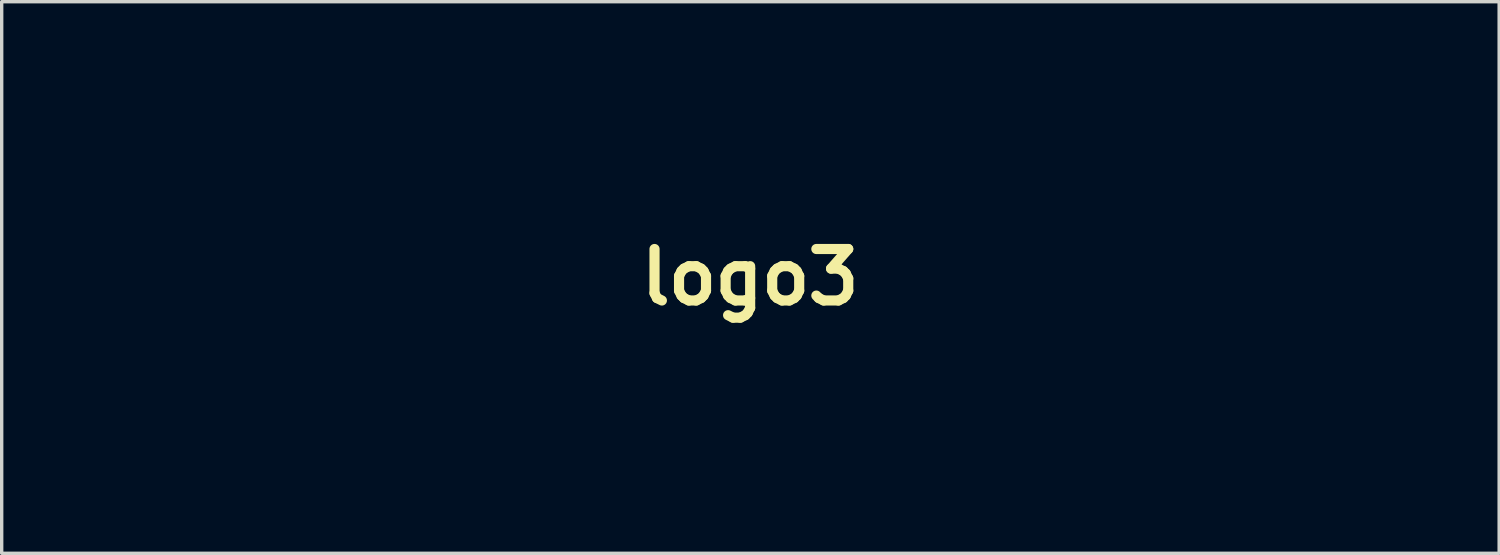
<source format=kicad_pcb>
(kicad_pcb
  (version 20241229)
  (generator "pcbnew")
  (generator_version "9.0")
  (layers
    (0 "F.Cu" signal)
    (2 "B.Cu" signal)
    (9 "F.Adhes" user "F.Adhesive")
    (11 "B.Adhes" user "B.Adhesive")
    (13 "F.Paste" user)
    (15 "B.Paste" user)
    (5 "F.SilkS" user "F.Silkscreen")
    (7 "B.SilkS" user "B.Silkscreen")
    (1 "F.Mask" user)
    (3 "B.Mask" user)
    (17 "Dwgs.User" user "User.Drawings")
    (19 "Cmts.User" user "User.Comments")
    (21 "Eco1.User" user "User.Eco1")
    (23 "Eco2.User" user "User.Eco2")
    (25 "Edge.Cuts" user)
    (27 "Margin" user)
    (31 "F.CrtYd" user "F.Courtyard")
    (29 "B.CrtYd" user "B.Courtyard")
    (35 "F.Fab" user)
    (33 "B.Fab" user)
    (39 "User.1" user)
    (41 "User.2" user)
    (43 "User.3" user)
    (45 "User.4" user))
  (footprint "logo3"
    (layer "F.Cu")
    (at 19.154 5.155)
    (property "Reference" "logo3" (at 0 0 0) (layer "F.SilkS") (effects (font (size 1.524 1.524) (thickness 0.3))))
    (attr through_hole)
    (fp_poly (pts (xy -13.628 -3.67) (xy -13.549 -3.646) (xy -13.471 -3.61) (xy -13.392 -3.553) (xy -13.328 -3.478) (xy -13.278 -3.388) (xy -13.244 -3.287) (xy -13.227 -3.177) (xy -13.229 -3.063) (xy -13.249 -2.948) (xy -13.254 -2.933) (xy -13.264 -2.905) (xy -13.283 -2.857) (xy -13.312 -2.79) (xy -13.348 -2.705) (xy -13.392 -2.605) (xy -13.442 -2.491) (xy -13.497 -2.366) (xy -13.557 -2.231) (xy -13.62 -2.089) (xy -13.687 -1.94) (xy -13.755 -1.789) (xy -13.825 -1.635) (xy -13.848 -1.584) (xy -13.909 -1.451) (xy -13.979 -1.299) (xy -14.058 -1.129) (xy -14.146 -0.939) (xy -14.244 -0.729) (xy -14.351 -0.499) (xy -14.469 -0.247) (xy -14.597 0.025) (xy -14.735 0.319) (xy -14.883 0.636) (xy -15.009 0.902) (xy -15.147 1.196) (xy -15.276 1.468) (xy -15.394 1.719) (xy -15.503 1.95) (xy -15.603 2.162) (xy -15.694 2.355) (xy -15.777 2.53) (xy -15.853 2.689) (xy -15.921 2.832) (xy -15.983 2.96) (xy -16.038 3.075) (xy -16.087 3.176) (xy -16.131 3.266) (xy -16.17 3.344) (xy -16.205 3.412) (xy -16.235 3.47) (xy -16.262 3.52) (xy -16.286 3.563) (xy -16.307 3.599) (xy -16.325 3.629) (xy -16.342 3.655) (xy -16.358 3.676) (xy -16.372 3.695) (xy -16.386 3.711) (xy -16.4 3.726) (xy -16.415 3.741) (xy -16.416 3.742) (xy -16.496 3.81) (xy -16.583 3.857) (xy -16.68 3.886) (xy -16.79 3.896) (xy -16.917 3.888) (xy -16.929 3.886) (xy -17.057 3.859) (xy -17.17 3.814) (xy -17.265 3.752) (xy -17.342 3.672) (xy -17.4 3.577) (xy -17.413 3.545) (xy -17.437 3.454) (xy -17.444 3.349) (xy -17.433 3.239) (xy -17.406 3.127) (xy -17.402 3.117) (xy -17.393 3.091) (xy -17.383 3.063) (xy -17.371 3.031) (xy -17.356 2.995) (xy -17.339 2.954) (xy -17.32 2.908) (xy -17.298 2.856) (xy -17.272 2.797) (xy -17.243 2.731) (xy -17.21 2.657) (xy -17.173 2.575) (xy -17.132 2.484) (xy -17.086 2.383) (xy -17.035 2.272) (xy -16.979 2.15) (xy -16.917 2.016) (xy -16.85 1.871) (xy -16.777 1.712) (xy -16.697 1.541) (xy -16.61 1.355) (xy -16.517 1.155) (xy -16.416 0.939) (xy -16.308 0.708) (xy -16.192 0.46) (xy -16.068 0.196) (xy -15.936 -0.087) (xy -15.795 -0.387) (xy -15.645 -0.707) (xy -15.486 -1.046) (xy -15.318 -1.405) (xy -15.14 -1.785) (xy -14.951 -2.186) (xy -14.753 -2.609) (xy -14.613 -2.905) (xy -14.548 -3.042) (xy -14.491 -3.158) (xy -14.44 -3.254) (xy -14.393 -3.334) (xy -14.35 -3.4) (xy -14.308 -3.454) (xy -14.267 -3.498) (xy -14.224 -3.535) (xy -14.187 -3.561) (xy -14.102 -3.612) (xy -14.021 -3.647) (xy -13.936 -3.668) (xy -13.839 -3.679) (xy -13.817 -3.68) (xy -13.715 -3.68) (xy -13.628 -3.67)) (stroke (width 0.01) (type solid)) (fill yes) (layer "F.Mask"))
    (fp_poly (pts (xy -13.775 -5.15) (xy -13.654 -5.15) (xy -13.553 -5.149) (xy -13.469 -5.148) (xy -13.4 -5.147) (xy -13.343 -5.145) (xy -13.296 -5.143) (xy -13.255 -5.139) (xy -13.218 -5.135) (xy -13.182 -5.13) (xy -13.145 -5.124) (xy -13.127 -5.121) (xy -12.827 -5.058) (xy -12.542 -4.977) (xy -12.271 -4.878) (xy -12.016 -4.762) (xy -11.778 -4.629) (xy -11.558 -4.481) (xy -11.357 -4.316) (xy -11.175 -4.137) (xy -11.118 -4.073) (xy -10.962 -3.875) (xy -10.824 -3.662) (xy -10.704 -3.441) (xy -10.606 -3.212) (xy -10.53 -2.98) (xy -10.49 -2.812) (xy -10.474 -2.712) (xy -10.462 -2.595) (xy -10.455 -2.467) (xy -10.453 -2.336) (xy -10.455 -2.21) (xy -10.463 -2.096) (xy -10.47 -2.032) (xy -10.518 -1.784) (xy -10.589 -1.534) (xy -10.682 -1.286) (xy -10.795 -1.044) (xy -10.926 -0.811) (xy -11.075 -0.591) (xy -11.205 -0.425) (xy -11.285 -0.336) (xy -11.379 -0.236) (xy -11.483 -0.134) (xy -11.589 -0.034) (xy -11.692 0.059) (xy -11.779 0.131) (xy -11.874 0.204) (xy -11.986 0.285) (xy -12.107 0.369) (xy -12.232 0.452) (xy -12.354 0.529) (xy -12.433 0.578) (xy -12.526 0.634) (xy -12.597 0.681) (xy -12.65 0.723) (xy -12.687 0.761) (xy -12.709 0.797) (xy -12.718 0.835) (xy -12.718 0.877) (xy -12.712 0.912) (xy -12.706 0.933) (xy -12.694 0.977) (xy -12.674 1.041) (xy -12.649 1.126) (xy -12.617 1.229) (xy -12.581 1.348) (xy -12.539 1.484) (xy -12.493 1.633) (xy -12.443 1.794) (xy -12.39 1.967) (xy -12.333 2.148) (xy -12.274 2.338) (xy -12.213 2.535) (xy -12.184 2.629) (xy -12.121 2.828) (xy -12.061 3.022) (xy -12.003 3.209) (xy -11.947 3.388) (xy -11.895 3.556) (xy -11.846 3.713) (xy -11.802 3.857) (xy -11.762 3.986) (xy -11.727 4.099) (xy -11.697 4.195) (xy -11.674 4.271) (xy -11.657 4.327) (xy -11.647 4.361) (xy -11.645 4.369) (xy -11.616 4.509) (xy -11.609 4.64) (xy -11.623 4.76) (xy -11.657 4.867) (xy -11.711 4.962) (xy -11.786 5.042) (xy -11.879 5.106) (xy -11.91 5.122) (xy -11.95 5.14) (xy -11.984 5.152) (xy -12.02 5.159) (xy -12.066 5.163) (xy -12.128 5.166) (xy -12.141 5.166) (xy -12.21 5.167) (xy -12.261 5.165) (xy -12.302 5.16) (xy -12.341 5.15) (xy -12.371 5.14) (xy -12.445 5.109) (xy -12.511 5.069) (xy -12.571 5.016) (xy -12.629 4.949) (xy -12.686 4.864) (xy -12.744 4.76) (xy -12.79 4.668) (xy -12.813 4.619) (xy -12.837 4.561) (xy -12.863 4.491) (xy -12.893 4.409) (xy -12.926 4.31) (xy -12.965 4.192) (xy -13.01 4.054) (xy -13.037 3.969) (xy -13.105 3.755) (xy -13.173 3.537) (xy -13.243 3.315) (xy -13.313 3.093) (xy -13.383 2.87) (xy -13.452 2.649) (xy -13.52 2.432) (xy -13.586 2.219) (xy -13.65 2.013) (xy -13.711 1.814) (xy -13.77 1.626) (xy -13.824 1.448) (xy -13.875 1.283) (xy -13.921 1.133) (xy -13.962 0.998) (xy -13.997 0.881) (xy -14.026 0.782) (xy -14.049 0.704) (xy -14.065 0.649) (xy -14.068 0.635) (xy -14.085 0.565) (xy -14.095 0.499) (xy -14.1 0.426) (xy -14.102 0.362) (xy -14.102 0.296) (xy -14.101 0.25) (xy -14.097 0.215) (xy -14.089 0.185) (xy -14.076 0.154) (xy -14.062 0.125) (xy -14.034 0.073) (xy -14 0.026) (xy -13.959 -0.018) (xy -13.908 -0.062) (xy -13.845 -0.107) (xy -13.767 -0.155) (xy -13.673 -0.207) (xy -13.558 -0.266) (xy -13.456 -0.316) (xy -13.237 -0.428) (xy -13.038 -0.54) (xy -12.858 -0.656) (xy -12.691 -0.777) (xy -12.534 -0.907) (xy -12.416 -1.016) (xy -12.266 -1.172) (xy -12.138 -1.325) (xy -12.032 -1.481) (xy -11.945 -1.64) (xy -11.915 -1.704) (xy -11.841 -1.901) (xy -11.791 -2.097) (xy -11.765 -2.29) (xy -11.764 -2.48) (xy -11.787 -2.665) (xy -11.834 -2.845) (xy -11.905 -3.018) (xy -12 -3.184) (xy -12.017 -3.209) (xy -12.07 -3.278) (xy -12.14 -3.355) (xy -12.219 -3.433) (xy -12.302 -3.509) (xy -12.384 -3.574) (xy -12.435 -3.611) (xy -12.61 -3.713) (xy -12.805 -3.803) (xy -13.015 -3.879) (xy -13.239 -3.94) (xy -13.473 -3.986) (xy -13.714 -4.017) (xy -13.96 -4.031) (xy -14.207 -4.029) (xy -14.453 -4.01) (xy -14.534 -4) (xy -14.842 -3.945) (xy -15.146 -3.867) (xy -15.444 -3.766) (xy -15.734 -3.644) (xy -16.014 -3.502) (xy -16.283 -3.34) (xy -16.538 -3.161) (xy -16.779 -2.964) (xy -17.002 -2.751) (xy -17.208 -2.524) (xy -17.363 -2.324) (xy -17.484 -2.145) (xy -17.584 -1.971) (xy -17.667 -1.795) (xy -17.735 -1.612) (xy -17.79 -1.415) (xy -17.814 -1.311) (xy -17.827 -1.245) (xy -17.837 -1.186) (xy -17.843 -1.129) (xy -17.846 -1.066) (xy -17.848 -0.99) (xy -17.849 -0.927) (xy -17.848 -0.823) (xy -17.844 -0.738) (xy -17.836 -0.666) (xy -17.823 -0.601) (xy -17.804 -0.536) (xy -17.779 -0.464) (xy -17.771 -0.446) (xy -17.749 -0.392) (xy -17.726 -0.342) (xy -17.7 -0.295) (xy -17.67 -0.249) (xy -17.634 -0.201) (xy -17.59 -0.149) (xy -17.536 -0.09) (xy -17.47 -0.023) (xy -17.39 0.055) (xy -17.295 0.147) (xy -17.225 0.213) (xy -17.154 0.281) (xy -17.099 0.334) (xy -17.057 0.377) (xy -17.026 0.412) (xy -17.002 0.442) (xy -16.983 0.471) (xy -16.966 0.502) (xy -16.958 0.517) (xy -16.933 0.571) (xy -16.918 0.615) (xy -16.91 0.66) (xy -16.906 0.718) (xy -16.906 0.723) (xy -16.905 0.79) (xy -16.91 0.844) (xy -16.923 0.896) (xy -16.929 0.915) (xy -16.98 1.028) (xy -17.05 1.128) (xy -17.137 1.211) (xy -17.239 1.276) (xy -17.351 1.321) (xy -17.473 1.344) (xy -17.533 1.346) (xy -17.601 1.342) (xy -17.685 1.329) (xy -17.775 1.31) (xy -17.862 1.287) (xy -17.939 1.261) (xy -17.957 1.254) (xy -18.096 1.189) (xy -18.222 1.112) (xy -18.34 1.021) (xy -18.451 0.912) (xy -18.559 0.785) (xy -18.668 0.634) (xy -18.681 0.615) (xy -18.822 0.381) (xy -18.938 0.141) (xy -19.031 -0.105) (xy -19.098 -0.357) (xy -19.133 -0.555) (xy -19.142 -0.637) (xy -19.147 -0.738) (xy -19.149 -0.851) (xy -19.149 -0.971) (xy -19.146 -1.09) (xy -19.14 -1.203) (xy -19.132 -1.303) (xy -19.121 -1.384) (xy -19.121 -1.384) (xy -19.062 -1.654) (xy -18.981 -1.927) (xy -18.878 -2.199) (xy -18.754 -2.467) (xy -18.611 -2.728) (xy -18.497 -2.908) (xy -18.315 -3.161) (xy -18.113 -3.4) (xy -17.891 -3.628) (xy -17.648 -3.844) (xy -17.383 -4.048) (xy -17.096 -4.242) (xy -16.787 -4.426) (xy -16.509 -4.572) (xy -16.223 -4.708) (xy -15.945 -4.823) (xy -15.671 -4.919) (xy -15.395 -4.998) (xy -15.119 -5.061) (xy -15.022 -5.08) (xy -14.936 -5.096) (xy -14.856 -5.11) (xy -14.78 -5.121) (xy -14.704 -5.129) (xy -14.626 -5.136) (xy -14.542 -5.141) (xy -14.449 -5.145) (xy -14.343 -5.148) (xy -14.221 -5.149) (xy -14.081 -5.15) (xy -13.919 -5.15) (xy -13.775 -5.15)) (stroke (width 0.01) (type solid)) (fill yes) (layer "F.Mask"))
    (fp_poly (pts (xy 17.941 -2.611) (xy 18.055 -2.576) (xy 18.084 -2.563) (xy 18.179 -2.504) (xy 18.255 -2.43) (xy 18.311 -2.341) (xy 18.347 -2.239) (xy 18.361 -2.124) (xy 18.355 -2.001) (xy 18.345 -1.945) (xy 18.331 -1.883) (xy 18.311 -1.813) (xy 18.285 -1.731) (xy 18.251 -1.634) (xy 18.208 -1.521) (xy 18.157 -1.388) (xy 18.149 -1.368) (xy 18.119 -1.292) (xy 18.093 -1.223) (xy 18.071 -1.166) (xy 18.055 -1.123) (xy 18.047 -1.099) (xy 18.047 -1.095) (xy 18.058 -1.078) (xy 18.093 -1.064) (xy 18.15 -1.052) (xy 18.232 -1.042) (xy 18.339 -1.034) (xy 18.459 -1.028) (xy 18.57 -1.024) (xy 18.663 -1.018) (xy 18.736 -1.011) (xy 18.786 -1.004) (xy 18.802 -1) (xy 18.914 -0.958) (xy 19.006 -0.903) (xy 19.079 -0.836) (xy 19.126 -0.767) (xy 19.149 -0.704) (xy 19.161 -0.626) (xy 19.165 -0.542) (xy 19.159 -0.461) (xy 19.142 -0.39) (xy 19.139 -0.381) (xy 19.088 -0.284) (xy 19.019 -0.199) (xy 18.935 -0.129) (xy 18.84 -0.08) (xy 18.821 -0.073) (xy 18.774 -0.059) (xy 18.72 -0.048) (xy 18.654 -0.039) (xy 18.576 -0.032) (xy 18.483 -0.026) (xy 18.372 -0.023) (xy 18.241 -0.021) (xy 18.086 -0.02) (xy 18.085 -0.02) (xy 17.647 -0.019) (xy 17.577 0.014) (xy 17.531 0.038) (xy 17.491 0.066) (xy 17.454 0.101) (xy 17.418 0.144) (xy 17.382 0.199) (xy 17.344 0.269) (xy 17.302 0.356) (xy 17.254 0.462) (xy 17.221 0.54) (xy 17.183 0.627) (xy 17.136 0.735) (xy 17.082 0.861) (xy 17.02 1) (xy 16.953 1.151) (xy 16.883 1.31) (xy 16.809 1.474) (xy 16.735 1.641) (xy 16.66 1.808) (xy 16.624 1.886) (xy 16.569 2.01) (xy 16.523 2.114) (xy 16.487 2.2) (xy 16.458 2.272) (xy 16.437 2.33) (xy 16.422 2.38) (xy 16.413 2.422) (xy 16.408 2.459) (xy 16.406 2.495) (xy 16.406 2.495) (xy 16.416 2.577) (xy 16.445 2.647) (xy 16.492 2.7) (xy 16.554 2.736) (xy 16.605 2.749) (xy 16.628 2.751) (xy 16.652 2.75) (xy 16.679 2.746) (xy 16.71 2.737) (xy 16.747 2.724) (xy 16.792 2.704) (xy 16.845 2.678) (xy 16.909 2.644) (xy 16.984 2.602) (xy 17.072 2.551) (xy 17.175 2.491) (xy 17.294 2.42) (xy 17.431 2.338) (xy 17.587 2.244) (xy 17.723 2.161) (xy 17.86 2.078) (xy 17.978 2.007) (xy 18.078 1.947) (xy 18.163 1.898) (xy 18.234 1.858) (xy 18.294 1.826) (xy 18.344 1.8) (xy 18.387 1.781) (xy 18.425 1.766) (xy 18.46 1.755) (xy 18.493 1.747) (xy 18.504 1.745) (xy 18.62 1.732) (xy 18.729 1.744) (xy 18.829 1.778) (xy 18.918 1.835) (xy 18.995 1.913) (xy 19.057 2.012) (xy 19.059 2.017) (xy 19.084 2.069) (xy 19.099 2.112) (xy 19.107 2.157) (xy 19.111 2.213) (xy 19.112 2.224) (xy 19.11 2.325) (xy 19.094 2.415) (xy 19.062 2.499) (xy 19.014 2.58) (xy 18.946 2.659) (xy 18.858 2.74) (xy 18.756 2.82) (xy 18.565 2.955) (xy 18.358 3.089) (xy 18.141 3.219) (xy 17.92 3.342) (xy 17.699 3.455) (xy 17.486 3.555) (xy 17.323 3.623) (xy 17.079 3.714) (xy 16.848 3.788) (xy 16.631 3.845) (xy 16.429 3.885) (xy 16.242 3.907) (xy 16.071 3.913) (xy 15.918 3.901) (xy 15.9 3.898) (xy 15.771 3.87) (xy 15.653 3.829) (xy 15.542 3.772) (xy 15.432 3.696) (xy 15.321 3.6) (xy 15.285 3.566) (xy 15.218 3.501) (xy 15.164 3.454) (xy 15.121 3.422) (xy 15.084 3.402) (xy 15.051 3.393) (xy 15.017 3.393) (xy 15.004 3.395) (xy 14.983 3.402) (xy 14.943 3.419) (xy 14.885 3.445) (xy 14.813 3.479) (xy 14.729 3.518) (xy 14.638 3.563) (xy 14.54 3.611) (xy 14.538 3.612) (xy 14.409 3.675) (xy 14.3 3.728) (xy 14.207 3.771) (xy 14.127 3.805) (xy 14.057 3.832) (xy 13.993 3.853) (xy 13.933 3.869) (xy 13.873 3.881) (xy 13.811 3.89) (xy 13.742 3.898) (xy 13.732 3.899) (xy 13.633 3.904) (xy 13.52 3.903) (xy 13.402 3.898) (xy 13.287 3.888) (xy 13.186 3.873) (xy 13.157 3.868) (xy 13.01 3.825) (xy 12.875 3.76) (xy 12.753 3.673) (xy 12.646 3.567) (xy 12.554 3.442) (xy 12.497 3.337) (xy 12.455 3.242) (xy 12.425 3.155) (xy 12.405 3.067) (xy 12.395 2.971) (xy 12.391 2.859) (xy 12.391 2.845) (xy 12.391 2.768) (xy 12.394 2.708) (xy 12.398 2.658) (xy 12.407 2.61) (xy 12.419 2.555) (xy 12.431 2.512) (xy 12.451 2.438) (xy 12.474 2.364) (xy 12.499 2.288) (xy 12.527 2.208) (xy 12.559 2.123) (xy 12.595 2.031) (xy 12.637 1.931) (xy 12.685 1.821) (xy 12.74 1.699) (xy 12.802 1.564) (xy 12.872 1.414) (xy 12.951 1.248) (xy 13.039 1.064) (xy 13.137 0.861) (xy 13.239 0.651) (xy 13.296 0.533) (xy 13.342 0.436) (xy 13.378 0.356) (xy 13.404 0.291) (xy 13.423 0.24) (xy 13.433 0.198) (xy 13.437 0.164) (xy 13.435 0.136) (xy 13.427 0.11) (xy 13.418 0.091) (xy 13.385 0.046) (xy 13.34 0.016) (xy 13.293 0.005) (xy 13.276 0.006) (xy 13.246 0.015) (xy 13.197 0.033) (xy 13.135 0.058) (xy 13.064 0.088) (xy 12.989 0.122) (xy 12.915 0.156) (xy 12.846 0.189) (xy 12.787 0.219) (xy 12.779 0.224) (xy 12.639 0.305) (xy 12.503 0.397) (xy 12.378 0.493) (xy 12.295 0.567) (xy 12.202 0.66) (xy 12.119 0.758) (xy 12.043 0.864) (xy 11.972 0.982) (xy 11.904 1.115) (xy 11.836 1.267) (xy 11.798 1.359) (xy 11.755 1.464) (xy 11.705 1.584) (xy 11.648 1.714) (xy 11.585 1.855) (xy 11.519 2.002) (xy 11.449 2.155) (xy 11.376 2.311) (xy 11.302 2.468) (xy 11.228 2.625) (xy 11.154 2.778) (xy 11.082 2.926) (xy 11.013 3.066) (xy 10.947 3.198) (xy 10.886 3.317) (xy 10.83 3.424) (xy 10.781 3.514) (xy 10.74 3.587) (xy 10.707 3.64) (xy 10.692 3.662) (xy 10.607 3.758) (xy 10.518 3.828) (xy 10.422 3.874) (xy 10.32 3.896) (xy 10.212 3.893) (xy 10.099 3.867) (xy 10.053 3.851) (xy 10.005 3.83) (xy 9.951 3.803) (xy 9.888 3.767) (xy 9.811 3.72) (xy 9.73 3.67) (xy 9.68 3.643) (xy 9.632 3.628) (xy 9.581 3.627) (xy 9.523 3.639) (xy 9.451 3.665) (xy 9.398 3.688) (xy 9.281 3.737) (xy 9.157 3.783) (xy 9.033 3.824) (xy 8.919 3.855) (xy 8.858 3.869) (xy 8.79 3.88) (xy 8.705 3.887) (xy 8.611 3.892) (xy 8.512 3.894) (xy 8.414 3.892) (xy 8.324 3.888) (xy 8.246 3.882) (xy 8.187 3.872) (xy 8.179 3.87) (xy 8.054 3.827) (xy 7.949 3.768) (xy 7.861 3.693) (xy 7.788 3.599) (xy 7.746 3.525) (xy 7.722 3.478) (xy 7.702 3.442) (xy 7.688 3.42) (xy 7.685 3.416) (xy 7.672 3.422) (xy 7.64 3.438) (xy 7.594 3.463) (xy 7.536 3.494) (xy 7.48 3.525) (xy 7.338 3.603) (xy 7.214 3.669) (xy 7.106 3.724) (xy 7.012 3.769) (xy 6.928 3.805) (xy 6.852 3.834) (xy 6.781 3.855) (xy 6.711 3.871) (xy 6.641 3.882) (xy 6.566 3.889) (xy 6.486 3.893) (xy 6.445 3.895) (xy 6.252 3.894) (xy 6.078 3.877) (xy 5.921 3.845) (xy 5.778 3.797) (xy 5.648 3.73) (xy 5.527 3.645) (xy 5.414 3.541) (xy 5.343 3.461) (xy 5.277 3.389) (xy 5.216 3.34) (xy 5.157 3.312) (xy 5.098 3.304) (xy 5.035 3.315) (xy 5.022 3.319) (xy 4.99 3.333) (xy 4.942 3.357) (xy 4.883 3.389) (xy 4.82 3.425) (xy 4.796 3.44) (xy 4.583 3.561) (xy 4.383 3.663) (xy 4.193 3.746) (xy 4.013 3.81) (xy 3.839 3.856) (xy 3.669 3.885) (xy 3.503 3.897) (xy 3.372 3.895) (xy 3.196 3.878) (xy 3.037 3.843) (xy 2.895 3.792) (xy 2.767 3.722) (xy 2.652 3.633) (xy 2.594 3.576) (xy 2.496 3.455) (xy 2.419 3.321) (xy 2.364 3.174) (xy 2.33 3.016) (xy 2.317 2.847) (xy 2.325 2.669) (xy 2.355 2.482) (xy 2.407 2.288) (xy 2.444 2.178) (xy 2.458 2.146) (xy 2.481 2.093) (xy 2.514 2.021) (xy 2.555 1.933) (xy 2.604 1.832) (xy 2.658 1.718) (xy 2.718 1.594) (xy 2.782 1.463) (xy 2.849 1.327) (xy 2.902 1.219) (xy 2.988 1.044) (xy 3.064 0.89) (xy 3.129 0.755) (xy 3.185 0.639) (xy 3.232 0.539) (xy 3.27 0.455) (xy 3.301 0.385) (xy 3.325 0.327) (xy 3.343 0.281) (xy 3.355 0.243) (xy 3.362 0.214) (xy 3.365 0.191) (xy 3.365 0.186) (xy 3.354 0.132) (xy 3.326 0.081) (xy 3.286 0.038) (xy 3.239 0.009) (xy 3.198 0.000047) (xy 3.174 0.005) (xy 3.133 0.019) (xy 3.078 0.04) (xy 3.016 0.065) (xy 2.988 0.077) (xy 2.799 0.164) (xy 2.633 0.249) (xy 2.488 0.333) (xy 2.361 0.418) (xy 2.251 0.506) (xy 2.154 0.599) (xy 2.069 0.699) (xy 1.994 0.807) (xy 1.927 0.926) (xy 1.898 0.984) (xy 1.881 1.02) (xy 1.854 1.078) (xy 1.819 1.154) (xy 1.776 1.248) (xy 1.726 1.357) (xy 1.67 1.479) (xy 1.609 1.613) (xy 1.544 1.756) (xy 1.476 1.906) (xy 1.405 2.061) (xy 1.341 2.203) (xy 1.27 2.36) (xy 1.201 2.511) (xy 1.135 2.656) (xy 1.073 2.791) (xy 1.016 2.917) (xy 0.965 3.03) (xy 0.92 3.128) (xy 0.882 3.211) (xy 0.852 3.277) (xy 0.831 3.322) (xy 0.819 3.346) (xy 0.746 3.481) (xy 0.664 3.601) (xy 0.576 3.703) (xy 0.483 3.787) (xy 0.388 3.849) (xy 0.333 3.873) (xy 0.256 3.894) (xy 0.171 3.905) (xy 0.087 3.904) (xy 0.032 3.895) (xy -0.054 3.864) (xy -0.146 3.814) (xy -0.237 3.751) (xy -0.266 3.728) (xy -0.331 3.675) (xy -0.385 3.641) (xy -0.434 3.624) (xy -0.485 3.623) (xy -0.543 3.637) (xy -0.614 3.666) (xy -0.626 3.671) (xy -0.788 3.74) (xy -0.935 3.795) (xy -1.075 3.836) (xy -1.211 3.866) (xy -1.349 3.887) (xy -1.447 3.895) (xy -1.554 3.898) (xy -1.664 3.896) (xy -1.769 3.889) (xy -1.864 3.879) (xy -1.94 3.864) (xy -1.946 3.863) (xy -2.095 3.811) (xy -2.229 3.739) (xy -2.347 3.648) (xy -2.448 3.539) (xy -2.531 3.413) (xy -2.595 3.271) (xy -2.631 3.153) (xy -2.646 3.065) (xy -2.655 2.96) (xy -2.658 2.845) (xy -2.655 2.728) (xy -2.644 2.618) (xy -2.636 2.565) (xy -2.623 2.491) (xy -2.607 2.421) (xy -2.59 2.352) (xy -2.569 2.283) (xy -2.543 2.209) (xy -2.512 2.129) (xy -2.475 2.041) (xy -2.43 1.941) (xy -2.377 1.828) (xy -2.315 1.699) (xy -2.242 1.551) (xy -2.2 1.467) (xy -2.126 1.317) (xy -2.061 1.186) (xy -2.006 1.072) (xy -1.958 0.972) (xy -1.917 0.882) (xy -1.881 0.801) (xy -1.849 0.724) (xy -1.818 0.648) (xy -1.789 0.572) (xy -1.76 0.492) (xy -1.728 0.395) (xy -1.709 0.316) (xy -1.704 0.253) (xy -1.713 0.203) (xy -1.736 0.163) (xy -1.768 0.134) (xy -1.794 0.121) (xy -1.824 0.116) (xy -1.862 0.121) (xy -1.913 0.136) (xy -1.982 0.163) (xy -1.989 0.165) (xy -2.17 0.246) (xy -2.329 0.33) (xy -2.468 0.421) (xy -2.59 0.52) (xy -2.697 0.629) (xy -2.737 0.676) (xy -2.761 0.708) (xy -2.785 0.742) (xy -2.81 0.78) (xy -2.836 0.824) (xy -2.866 0.878) (xy -2.899 0.942) (xy -2.938 1.019) (xy -2.982 1.112) (xy -3.035 1.221) (xy -3.095 1.35) (xy -3.149 1.464) (xy -3.212 1.6) (xy -3.28 1.744) (xy -3.35 1.893) (xy -3.423 2.046) (xy -3.496 2.2) (xy -3.57 2.355) (xy -3.642 2.507) (xy -3.714 2.655) (xy -3.782 2.798) (xy -3.847 2.932) (xy -3.907 3.057) (xy -3.962 3.171) (xy -4.011 3.271) (xy -4.053 3.355) (xy -4.087 3.423) (xy -4.111 3.471) (xy -4.126 3.497) (xy -4.212 3.623) (xy -4.308 3.725) (xy -4.414 3.804) (xy -4.53 3.859) (xy -4.578 3.875) (xy -4.645 3.887) (xy -4.725 3.892) (xy -4.809 3.89) (xy -4.889 3.882) (xy -4.955 3.867) (xy -4.968 3.862) (xy -5.055 3.815) (xy -5.128 3.75) (xy -5.187 3.668) (xy -5.228 3.575) (xy -5.252 3.472) (xy -5.255 3.365) (xy -5.238 3.257) (xy -5.224 3.213) (xy -5.199 3.147) (xy -5.162 3.058) (xy -5.114 2.946) (xy -5.055 2.813) (xy -4.984 2.657) (xy -4.903 2.479) (xy -4.813 2.286) (xy -4.749 2.148) (xy -4.682 2.004) (xy -4.613 1.856) (xy -4.544 1.706) (xy -4.474 1.555) (xy -4.406 1.406) (xy -4.339 1.261) (xy -4.275 1.121) (xy -4.214 0.988) (xy -4.158 0.864) (xy -4.107 0.752) (xy -4.062 0.653) (xy -4.024 0.569) (xy -3.995 0.501) (xy -3.973 0.453) (xy -3.962 0.425) (xy -3.961 0.423) (xy -3.947 0.371) (xy -3.938 0.315) (xy -3.937 0.293) (xy -3.941 0.253) (xy -3.95 0.207) (xy -3.963 0.16) (xy -3.978 0.121) (xy -3.993 0.095) (xy -4.002 0.089) (xy -4.021 0.094) (xy -4.057 0.109) (xy -4.108 0.132) (xy -4.168 0.159) (xy -4.233 0.19) (xy -4.299 0.222) (xy -4.361 0.253) (xy -4.415 0.282) (xy -4.435 0.293) (xy -4.63 0.412) (xy -4.802 0.538) (xy -4.951 0.671) (xy -5.081 0.815) (xy -5.192 0.97) (xy -5.285 1.137) (xy -5.321 1.215) (xy -5.36 1.303) (xy -5.409 1.411) (xy -5.466 1.536) (xy -5.53 1.675) (xy -5.6 1.826) (xy -5.675 1.985) (xy -5.752 2.15) (xy -5.831 2.317) (xy -5.911 2.485) (xy -5.989 2.649) (xy -6.065 2.808) (xy -6.138 2.957) (xy -6.205 3.096) (xy -6.265 3.22) (xy -6.318 3.326) (xy -6.339 3.368) (xy -6.401 3.485) (xy -6.456 3.581) (xy -6.508 3.659) (xy -6.557 3.72) (xy -6.608 3.769) (xy -6.661 3.808) (xy -6.71 3.835) (xy -6.815 3.874) (xy -6.926 3.894) (xy -7.038 3.894) (xy -7.146 3.876) (xy -7.248 3.84) (xy -7.337 3.787) (xy -7.398 3.731) (xy -7.425 3.697) (xy -7.455 3.65) (xy -7.487 3.597) (xy -7.516 3.544) (xy -7.539 3.496) (xy -7.554 3.459) (xy -7.557 3.444) (xy -7.564 3.43) (xy -7.568 3.429) (xy -7.585 3.433) (xy -7.623 3.445) (xy -7.677 3.462) (xy -7.745 3.485) (xy -7.821 3.512) (xy -7.904 3.54) (xy -7.989 3.57) (xy -8.073 3.6) (xy -8.152 3.629) (xy -8.222 3.655) (xy -8.268 3.673) (xy -8.472 3.745) (xy -8.674 3.802) (xy -8.879 3.845) (xy -9.093 3.875) (xy -9.319 3.893) (xy -9.563 3.899) (xy -9.582 3.899) (xy -9.755 3.897) (xy -9.906 3.89) (xy -10.039 3.878) (xy -10.157 3.86) (xy -10.264 3.836) (xy -10.363 3.805) (xy -10.457 3.767) (xy -10.481 3.756) (xy -10.62 3.677) (xy -10.742 3.582) (xy -10.847 3.47) (xy -10.938 3.337) (xy -10.999 3.222) (xy -11.047 3.107) (xy -11.08 3) (xy -11.1 2.89) (xy -11.109 2.774) (xy -11.106 2.614) (xy -11.083 2.463) (xy -11.038 2.316) (xy -10.97 2.17) (xy -10.931 2.103) (xy -10.846 1.975) (xy -10.765 1.871) (xy -10.686 1.792) (xy -10.63 1.749) (xy -10.586 1.718) (xy -10.533 1.674) (xy -10.477 1.624) (xy -10.439 1.588) (xy -10.351 1.488) (xy -10.284 1.384) (xy -10.237 1.274) (xy -10.21 1.154) (xy -10.203 1.024) (xy -10.214 0.879) (xy -10.237 0.751) (xy -10.258 0.599) (xy -10.257 0.451) (xy -10.233 0.307) (xy -10.186 0.166) (xy -10.116 0.027) (xy -10.023 -0.108) (xy -9.906 -0.242) (xy -9.764 -0.375) (xy -9.598 -0.507) (xy -9.407 -0.638) (xy -9.202 -0.762) (xy -9.08 -0.829) (xy -8.948 -0.895) (xy -8.81 -0.959) (xy -8.669 -1.02) (xy -8.529 -1.075) (xy -8.394 -1.124) (xy -8.269 -1.165) (xy -8.156 -1.196) (xy -8.061 -1.216) (xy -8.045 -1.218) (xy -7.945 -1.229) (xy -7.843 -1.232) (xy -7.745 -1.23) (xy -7.659 -1.221) (xy -7.591 -1.206) (xy -7.5 -1.166) (xy -7.423 -1.104) (xy -7.36 -1.022) (xy -7.313 -0.922) (xy -7.295 -0.862) (xy -7.28 -0.755) (xy -7.289 -0.651) (xy -7.322 -0.553) (xy -7.377 -0.465) (xy -7.412 -0.426) (xy -7.451 -0.394) (xy -7.514 -0.354) (xy -7.6 -0.305) (xy -7.709 -0.248) (xy -7.842 -0.181) (xy -7.998 -0.107) (xy -8.153 -0.035) (xy -8.304 0.035) (xy -8.434 0.096) (xy -8.544 0.148) (xy -8.636 0.194) (xy -8.713 0.233) (xy -8.777 0.268) (xy -8.828 0.3) (xy -8.87 0.328) (xy -8.905 0.355) (xy -8.933 0.382) (xy -8.957 0.409) (xy -8.959 0.411) (xy -9.01 0.483) (xy -9.042 0.554) (xy -9.058 0.632) (xy -9.061 0.701) (xy -9.06 0.751) (xy -9.058 0.791) (xy -9.055 0.815) (xy -9.054 0.818) (xy -9.041 0.816) (xy -9.006 0.807) (xy -8.955 0.791) (xy -8.89 0.769) (xy -8.815 0.744) (xy -8.762 0.725) (xy -8.644 0.684) (xy -8.545 0.651) (xy -8.463 0.626) (xy -8.394 0.608) (xy -8.333 0.596) (xy -8.278 0.588) (xy -8.225 0.585) (xy -8.169 0.586) (xy -8.156 0.586) (xy -8.053 0.597) (xy -7.969 0.621) (xy -7.896 0.661) (xy -7.835 0.713) (xy -7.769 0.799) (xy -7.724 0.898) (xy -7.701 1.009) (xy -7.698 1.043) (xy -7.702 1.148) (xy -7.725 1.241) (xy -7.768 1.326) (xy -7.834 1.407) (xy -7.902 1.47) (xy -7.936 1.493) (xy -7.99 1.526) (xy -8.063 1.567) (xy -8.15 1.613) (xy -8.25 1.665) (xy -8.36 1.72) (xy -8.477 1.778) (xy -8.599 1.836) (xy -8.723 1.894) (xy -8.846 1.951) (xy -8.941 1.993) (xy -9.029 2.032) (xy -9.115 2.071) (xy -9.194 2.107) (xy -9.263 2.138) (xy -9.317 2.163) (xy -9.341 2.175) (xy -9.458 2.239) (xy -9.561 2.308) (xy -9.648 2.38) (xy -9.718 2.453) (xy -9.768 2.525) (xy -9.797 2.594) (xy -9.804 2.642) (xy -9.793 2.705) (xy -9.762 2.768) (xy -9.718 2.823) (xy -9.665 2.862) (xy -9.648 2.869) (xy -9.608 2.879) (xy -9.556 2.882) (xy -9.49 2.877) (xy -9.405 2.864) (xy -9.306 2.845) (xy -9.057 2.787) (xy -8.814 2.72) (xy -8.573 2.641) (xy -8.329 2.55) (xy -8.078 2.446) (xy -7.816 2.325) (xy -7.642 2.24) (xy -7.462 2.145) (xy -7.304 2.05) (xy -7.164 1.952) (xy -7.04 1.847) (xy -6.928 1.733) (xy -6.824 1.607) (xy -6.727 1.464) (xy -6.633 1.303) (xy -6.54 1.124) (xy -6.512 1.066) (xy -6.484 1.008) (xy -6.456 0.948) (xy -6.426 0.883) (xy -6.394 0.81) (xy -6.358 0.729) (xy -6.317 0.635) (xy -6.271 0.527) (xy -6.218 0.403) (xy -6.157 0.259) (xy -6.096 0.114) (xy -6.034 -0.027) (xy -5.971 -0.169) (xy -5.906 -0.308) (xy -5.843 -0.438) (xy -5.783 -0.557) (xy -5.729 -0.659) (xy -5.687 -0.733) (xy -5.605 -0.858) (xy -5.522 -0.959) (xy -5.437 -1.037) (xy -5.348 -1.09) (xy -5.254 -1.12) (xy -5.154 -1.126) (xy -5.046 -1.109) (xy -4.93 -1.07) (xy -4.804 -1.008) (xy -4.675 -0.929) (xy -4.618 -0.892) (xy -4.575 -0.869) (xy -4.542 -0.856) (xy -4.514 -0.851) (xy -4.507 -0.851) (xy -4.473 -0.856) (xy -4.421 -0.872) (xy -4.348 -0.899) (xy -4.255 -0.938) (xy -4.232 -0.948) (xy -4.048 -1.021) (xy -3.879 -1.076) (xy -3.722 -1.114) (xy -3.576 -1.136) (xy -3.524 -1.139) (xy -3.386 -1.14) (xy -3.265 -1.125) (xy -3.157 -1.094) (xy -3.057 -1.044) (xy -2.96 -0.973) (xy -2.877 -0.895) (xy -2.829 -0.848) (xy -2.784 -0.807) (xy -2.746 -0.774) (xy -2.72 -0.756) (xy -2.719 -0.756) (xy -2.663 -0.74) (xy -2.596 -0.742) (xy -2.528 -0.762) (xy -2.508 -0.771) (xy -2.355 -0.849) (xy -2.221 -0.916) (xy -2.102 -0.971) (xy -1.997 -1.017) (xy -1.902 -1.053) (xy -1.814 -1.082) (xy -1.729 -1.103) (xy -1.646 -1.118) (xy -1.561 -1.128) (xy -1.471 -1.133) (xy -1.372 -1.135) (xy -1.327 -1.136) (xy -1.239 -1.135) (xy -1.171 -1.133) (xy -1.117 -1.129) (xy -1.073 -1.124) (xy -1.032 -1.116) (xy -0.998 -1.107) (xy -0.847 -1.054) (xy -0.712 -0.982) (xy -0.593 -0.892) (xy -0.492 -0.786) (xy -0.411 -0.663) (xy -0.393 -0.629) (xy -0.349 -0.525) (xy -0.32 -0.418) (xy -0.307 -0.305) (xy -0.307 -0.181) (xy -0.322 -0.045) (xy -0.352 0.107) (xy -0.372 0.191) (xy -0.393 0.27) (xy -0.416 0.35) (xy -0.438 0.421) (xy -0.457 0.479) (xy -0.467 0.508) (xy -0.48 0.538) (xy -0.503 0.588) (xy -0.536 0.655) (xy -0.576 0.738) (xy -0.622 0.833) (xy -0.674 0.938) (xy -0.729 1.051) (xy -0.788 1.169) (xy -0.81 1.213) (xy -0.899 1.391) (xy -0.977 1.549) (xy -1.045 1.687) (xy -1.104 1.807) (xy -1.155 1.911) (xy -1.197 2) (xy -1.232 2.076) (xy -1.261 2.14) (xy -1.285 2.194) (xy -1.303 2.24) (xy -1.318 2.279) (xy -1.328 2.313) (xy -1.336 2.339) (xy -1.354 2.45) (xy -1.352 2.554) (xy -1.327 2.658) (xy -1.324 2.668) (xy -1.31 2.707) (xy -1.297 2.728) (xy -1.278 2.737) (xy -1.248 2.741) (xy -1.247 2.741) (xy -1.18 2.739) (xy -1.108 2.725) (xy -1.027 2.697) (xy -0.936 2.653) (xy -0.833 2.595) (xy -0.715 2.519) (xy -0.635 2.464) (xy -0.47 2.346) (xy -0.324 2.238) (xy -0.198 2.14) (xy -0.088 2.05) (xy 0.007 1.965) (xy 0.088 1.885) (xy 0.159 1.808) (xy 0.22 1.731) (xy 0.263 1.67) (xy 0.314 1.589) (xy 0.372 1.491) (xy 0.436 1.373) (xy 0.508 1.237) (xy 0.588 1.08) (xy 0.675 0.902) (xy 0.771 0.703) (xy 0.875 0.483) (xy 0.989 0.239) (xy 1.034 0.14) (xy 1.117 -0.039) (xy 1.196 -0.205) (xy 1.269 -0.358) (xy 1.337 -0.496) (xy 1.398 -0.618) (xy 1.452 -0.722) (xy 1.499 -0.807) (xy 1.537 -0.871) (xy 1.566 -0.914) (xy 1.57 -0.92) (xy 1.639 -0.992) (xy 1.72 -1.054) (xy 1.804 -1.102) (xy 1.852 -1.121) (xy 1.917 -1.135) (xy 1.997 -1.142) (xy 2.08 -1.141) (xy 2.156 -1.133) (xy 2.191 -1.126) (xy 2.248 -1.108) (xy 2.297 -1.087) (xy 2.343 -1.059) (xy 2.389 -1.022) (xy 2.44 -0.971) (xy 2.5 -0.904) (xy 2.533 -0.866) (xy 2.572 -0.82) (xy 2.599 -0.791) (xy 2.617 -0.776) (xy 2.631 -0.772) (xy 2.643 -0.776) (xy 2.647 -0.779) (xy 2.851 -0.897) (xy 3.056 -0.993) (xy 3.258 -1.065) (xy 3.449 -1.112) (xy 3.504 -1.121) (xy 3.562 -1.126) (xy 3.627 -1.129) (xy 3.707 -1.128) (xy 3.772 -1.127) (xy 3.873 -1.123) (xy 3.955 -1.116) (xy 4.024 -1.106) (xy 4.087 -1.09) (xy 4.149 -1.069) (xy 4.217 -1.039) (xy 4.24 -1.028) (xy 4.343 -0.967) (xy 4.439 -0.887) (xy 4.521 -0.795) (xy 4.585 -0.695) (xy 4.589 -0.686) (xy 4.628 -0.597) (xy 4.657 -0.513) (xy 4.675 -0.425) (xy 4.686 -0.327) (xy 4.69 -0.212) (xy 4.69 -0.197) (xy 4.69 -0.115) (xy 4.686 -0.038) (xy 4.68 0.038) (xy 4.669 0.113) (xy 4.654 0.19) (xy 4.633 0.271) (xy 4.606 0.357) (xy 4.573 0.451) (xy 4.532 0.554) (xy 4.483 0.668) (xy 4.426 0.795) (xy 4.359 0.937) (xy 4.282 1.097) (xy 4.195 1.275) (xy 4.106 1.452) (xy 4.037 1.592) (xy 3.97 1.728) (xy 3.906 1.86) (xy 3.847 1.984) (xy 3.792 2.1) (xy 3.744 2.204) (xy 3.703 2.294) (xy 3.671 2.369) (xy 3.647 2.426) (xy 3.634 2.464) (xy 3.632 2.471) (xy 3.628 2.544) (xy 3.645 2.612) (xy 3.682 2.671) (xy 3.734 2.718) (xy 3.798 2.747) (xy 3.86 2.756) (xy 3.905 2.751) (xy 3.954 2.733) (xy 4.011 2.702) (xy 4.08 2.655) (xy 4.115 2.629) (xy 4.173 2.586) (xy 4.24 2.538) (xy 4.302 2.496) (xy 4.309 2.49) (xy 4.364 2.453) (xy 4.43 2.406) (xy 4.504 2.352) (xy 4.582 2.294) (xy 4.663 2.233) (xy 4.741 2.173) (xy 4.815 2.116) (xy 4.882 2.064) (xy 4.937 2.02) (xy 4.979 1.985) (xy 5.003 1.962) (xy 5.005 1.961) (xy 5.049 1.907) (xy 5.09 1.85) (xy 5.129 1.784) (xy 5.171 1.705) (xy 5.215 1.61) (xy 5.333 1.362) (xy 5.453 1.137) (xy 5.578 0.929) (xy 5.711 0.735) (xy 5.854 0.55) (xy 6.009 0.371) (xy 6.159 0.216) (xy 6.347 0.039) (xy 6.543 -0.126) (xy 6.751 -0.279) (xy 6.972 -0.424) (xy 7.21 -0.561) (xy 7.468 -0.692) (xy 7.748 -0.82) (xy 7.798 -0.842) (xy 8.05 -0.944) (xy 8.29 -1.033) (xy 8.517 -1.106) (xy 8.728 -1.164) (xy 8.923 -1.207) (xy 9.1 -1.233) (xy 9.173 -1.238) (xy 9.26 -1.241) (xy 9.355 -1.242) (xy 9.452 -1.24) (xy 9.544 -1.235) (xy 9.625 -1.229) (xy 9.689 -1.221) (xy 9.703 -1.218) (xy 9.81 -1.184) (xy 9.903 -1.131) (xy 9.978 -1.06) (xy 10.036 -0.972) (xy 10.042 -0.96) (xy 10.057 -0.925) (xy 10.067 -0.894) (xy 10.073 -0.86) (xy 10.076 -0.817) (xy 10.077 -0.758) (xy 10.077 -0.73) (xy 10.077 -0.664) (xy 10.075 -0.617) (xy 10.071 -0.582) (xy 10.063 -0.554) (xy 10.05 -0.526) (xy 10.043 -0.513) (xy 10.002 -0.447) (xy 9.95 -0.389) (xy 9.886 -0.337) (xy 9.807 -0.291) (xy 9.711 -0.25) (xy 9.597 -0.211) (xy 9.461 -0.175) (xy 9.303 -0.141) (xy 9.296 -0.14) (xy 9.071 -0.091) (xy 8.865 -0.039) (xy 8.674 0.019) (xy 8.491 0.083) (xy 8.311 0.157) (xy 8.129 0.242) (xy 8.061 0.276) (xy 7.807 0.417) (xy 7.56 0.579) (xy 7.323 0.759) (xy 7.1 0.954) (xy 6.894 1.162) (xy 6.707 1.379) (xy 6.57 1.564) (xy 6.486 1.697) (xy 6.417 1.831) (xy 6.362 1.964) (xy 6.322 2.094) (xy 6.298 2.218) (xy 6.288 2.335) (xy 6.295 2.443) (xy 6.316 2.538) (xy 6.354 2.621) (xy 6.408 2.687) (xy 6.46 2.726) (xy 6.497 2.746) (xy 6.531 2.757) (xy 6.573 2.761) (xy 6.617 2.762) (xy 6.669 2.761) (xy 6.71 2.755) (xy 6.749 2.742) (xy 6.798 2.72) (xy 6.808 2.715) (xy 6.905 2.66) (xy 7.013 2.588) (xy 7.124 2.504) (xy 7.235 2.411) (xy 7.34 2.315) (xy 7.434 2.218) (xy 7.456 2.193) (xy 7.547 2.083) (xy 7.631 1.97) (xy 7.708 1.848) (xy 7.783 1.715) (xy 7.856 1.566) (xy 7.931 1.398) (xy 7.964 1.319) (xy 8.015 1.194) (xy 8.06 1.09) (xy 8.1 1.001) (xy 8.138 0.923) (xy 8.175 0.853) (xy 8.214 0.787) (xy 8.258 0.719) (xy 8.307 0.648) (xy 8.358 0.577) (xy 8.428 0.485) (xy 8.489 0.412) (xy 8.546 0.354) (xy 8.602 0.31) (xy 8.66 0.275) (xy 8.684 0.263) (xy 8.73 0.243) (xy 8.772 0.23) (xy 8.817 0.223) (xy 8.877 0.219) (xy 8.892 0.218) (xy 9.008 0.222) (xy 9.109 0.244) (xy 9.2 0.287) (xy 9.285 0.352) (xy 9.328 0.394) (xy 9.394 0.483) (xy 9.438 0.581) (xy 9.458 0.686) (xy 9.453 0.794) (xy 9.449 0.82) (xy 9.431 0.882) (xy 9.401 0.965) (xy 9.359 1.068) (xy 9.304 1.192) (xy 9.236 1.334) (xy 9.172 1.466) (xy 9.075 1.664) (xy 8.99 1.844) (xy 8.916 2.004) (xy 8.854 2.145) (xy 8.805 2.265) (xy 8.768 2.365) (xy 8.743 2.444) (xy 8.736 2.475) (xy 8.728 2.522) (xy 8.729 2.555) (xy 8.739 2.588) (xy 8.741 2.593) (xy 8.766 2.634) (xy 8.801 2.662) (xy 8.851 2.678) (xy 8.921 2.685) (xy 8.954 2.686) (xy 9.012 2.684) (xy 9.056 2.679) (xy 9.096 2.668) (xy 9.142 2.648) (xy 9.148 2.645) (xy 9.177 2.629) (xy 9.224 2.599) (xy 9.286 2.559) (xy 9.361 2.509) (xy 9.445 2.452) (xy 9.536 2.389) (xy 9.632 2.323) (xy 9.73 2.255) (xy 9.826 2.187) (xy 9.918 2.12) (xy 10.005 2.058) (xy 10.081 2.001) (xy 10.137 1.96) (xy 10.19 1.917) (xy 10.241 1.873) (xy 10.284 1.833) (xy 10.307 1.808) (xy 10.373 1.717) (xy 10.438 1.607) (xy 10.5 1.482) (xy 10.535 1.402) (xy 10.564 1.331) (xy 10.603 1.243) (xy 10.649 1.14) (xy 10.702 1.025) (xy 10.76 0.899) (xy 10.823 0.764) (xy 10.89 0.623) (xy 10.96 0.477) (xy 11.031 0.328) (xy 11.103 0.179) (xy 11.175 0.031) (xy 11.246 -0.113) (xy 11.314 -0.252) (xy 11.38 -0.384) (xy 11.441 -0.506) (xy 11.497 -0.617) (xy 11.547 -0.714) (xy 11.59 -0.796) (xy 11.625 -0.86) (xy 11.651 -0.904) (xy 11.664 -0.923) (xy 11.745 -1.013) (xy 11.836 -1.081) (xy 11.935 -1.127) (xy 12.039 -1.148) (xy 12.147 -1.145) (xy 12.156 -1.144) (xy 12.246 -1.12) (xy 12.339 -1.079) (xy 12.43 -1.024) (xy 12.511 -0.961) (xy 12.577 -0.893) (xy 12.601 -0.86) (xy 12.63 -0.821) (xy 12.661 -0.792) (xy 12.678 -0.781) (xy 12.696 -0.775) (xy 12.714 -0.775) (xy 12.737 -0.782) (xy 12.769 -0.799) (xy 12.817 -0.827) (xy 12.831 -0.836) (xy 13.038 -0.946) (xy 13.251 -1.032) (xy 13.469 -1.093) (xy 13.694 -1.129) (xy 13.792 -1.137) (xy 13.953 -1.138) (xy 14.099 -1.119) (xy 14.232 -1.08) (xy 14.354 -1.021) (xy 14.467 -0.939) (xy 14.55 -0.86) (xy 14.644 -0.745) (xy 14.715 -0.619) (xy 14.764 -0.482) (xy 14.79 -0.334) (xy 14.795 -0.175) (xy 14.777 -0.003) (xy 14.764 0.068) (xy 14.749 0.143) (xy 14.733 0.213) (xy 14.717 0.279) (xy 14.699 0.343) (xy 14.679 0.407) (xy 14.656 0.475) (xy 14.628 0.547) (xy 14.595 0.625) (xy 14.557 0.712) (xy 14.512 0.811) (xy 14.46 0.922) (xy 14.399 1.048) (xy 14.329 1.191) (xy 14.248 1.353) (xy 14.186 1.48) (xy 14.1 1.653) (xy 14.025 1.804) (xy 13.96 1.937) (xy 13.904 2.051) (xy 13.856 2.149) (xy 13.817 2.232) (xy 13.785 2.301) (xy 13.759 2.359) (xy 13.739 2.407) (xy 13.724 2.446) (xy 13.714 2.478) (xy 13.707 2.504) (xy 13.703 2.526) (xy 13.702 2.546) (xy 13.701 2.553) (xy 13.712 2.621) (xy 13.741 2.679) (xy 13.785 2.723) (xy 13.841 2.75) (xy 13.884 2.756) (xy 13.917 2.751) (xy 13.964 2.735) (xy 14.028 2.707) (xy 14.1 2.672) (xy 14.156 2.644) (xy 14.205 2.618) (xy 14.25 2.594) (xy 14.294 2.567) (xy 14.339 2.538) (xy 14.389 2.503) (xy 14.447 2.461) (xy 14.514 2.411) (xy 14.594 2.35) (xy 14.689 2.276) (xy 14.757 2.223) (xy 14.843 2.156) (xy 14.927 2.091) (xy 15.006 2.03) (xy 15.077 1.975) (xy 15.136 1.929) (xy 15.18 1.896) (xy 15.196 1.884) (xy 15.292 1.804) (xy 15.368 1.729) (xy 15.426 1.653) (xy 15.456 1.599) (xy 15.469 1.574) (xy 15.491 1.527) (xy 15.521 1.462) (xy 15.559 1.38) (xy 15.603 1.284) (xy 15.652 1.177) (xy 15.706 1.059) (xy 15.762 0.935) (xy 15.821 0.805) (xy 15.826 0.794) (xy 16.156 0.07) (xy 16.116 0.036) (xy 16.079 0.011) (xy 16.032 -0.007) (xy 15.972 -0.02) (xy 15.892 -0.03) (xy 15.862 -0.032) (xy 15.794 -0.04) (xy 15.74 -0.052) (xy 15.686 -0.074) (xy 15.672 -0.08) (xy 15.589 -0.131) (xy 15.512 -0.199) (xy 15.448 -0.275) (xy 15.411 -0.337) (xy 15.393 -0.376) (xy 15.382 -0.411) (xy 15.376 -0.449) (xy 15.374 -0.499) (xy 15.373 -0.534) (xy 15.374 -0.593) (xy 15.377 -0.635) (xy 15.385 -0.67) (xy 15.4 -0.708) (xy 15.421 -0.752) (xy 15.477 -0.844) (xy 15.546 -0.916) (xy 15.624 -0.966) (xy 15.705 -0.998) (xy 15.802 -1.019) (xy 15.907 -1.028) (xy 16.011 -1.024) (xy 16.067 -1.015) (xy 16.112 -1.009) (xy 16.171 -1.005) (xy 16.235 -1.002) (xy 16.256 -1.002) (xy 16.384 -1.012) (xy 16.501 -1.043) (xy 16.608 -1.095) (xy 16.705 -1.169) (xy 16.794 -1.265) (xy 16.873 -1.385) (xy 16.945 -1.527) (xy 17.009 -1.694) (xy 17.016 -1.715) (xy 17.037 -1.77) (xy 17.069 -1.842) (xy 17.11 -1.927) (xy 17.156 -2.018) (xy 17.206 -2.111) (xy 17.257 -2.202) (xy 17.269 -2.223) (xy 17.326 -2.309) (xy 17.393 -2.392) (xy 17.463 -2.466) (xy 17.534 -2.525) (xy 17.6 -2.567) (xy 17.602 -2.568) (xy 17.713 -2.607) (xy 17.826 -2.622) (xy 17.941 -2.611)) (stroke (width 0.01) (type solid)) (fill yes) (layer "F.Mask")))
  (gr_rect
    (start -3 -3)
    (end 41.324 13.327)
    (stroke (width 0.1) (type default))
    (fill no)
    (layer "Edge.Cuts")))
</source>
